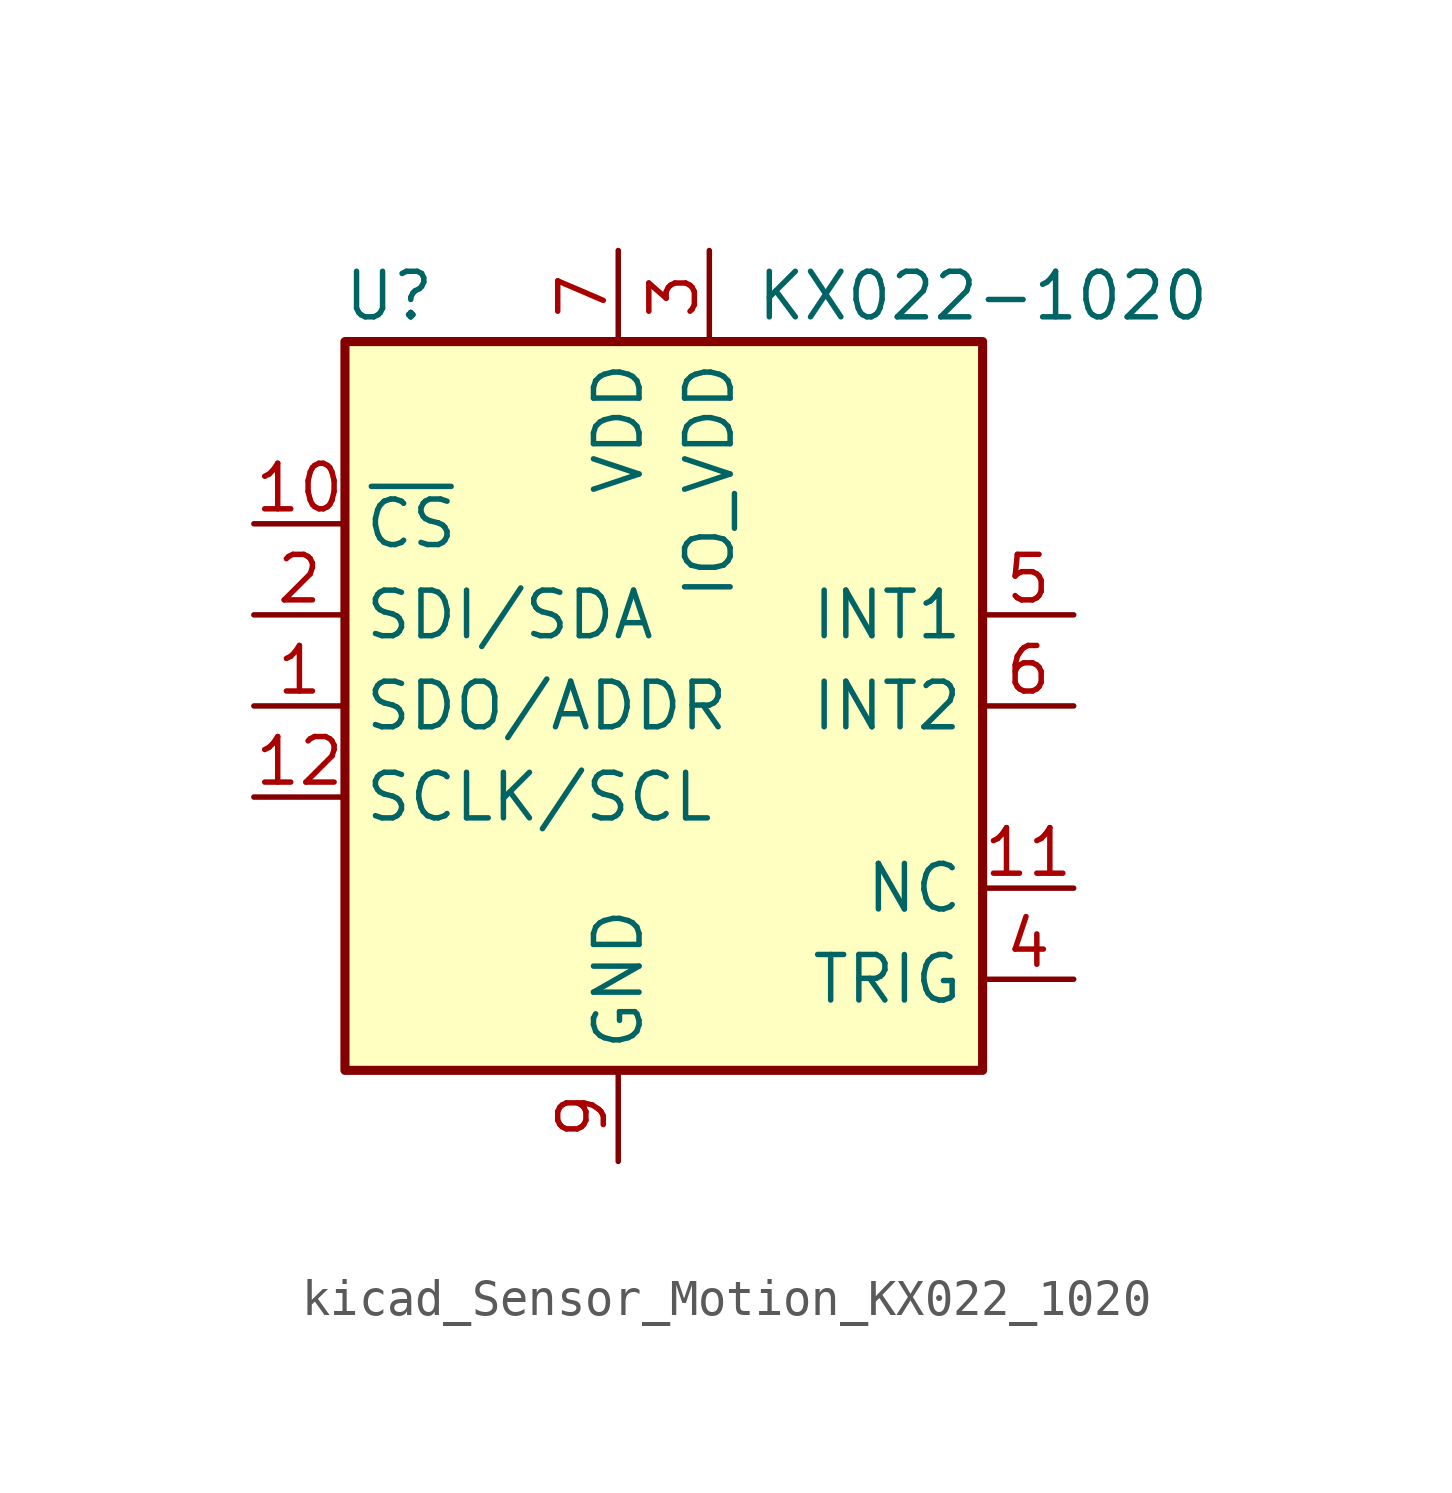
<source format=kicad_sym>
(kicad_symbol_lib
  (version 20220914)
  (generator kicad_symbol_editor)
  (symbol "kicad_Sensor_Motion_KX022_1020"
    (property "Reference" "U"
      (at -5.08 11.43 0)
      (effects (font (size 1.27 1.27)) (justify right)))
    (property "Value" "KX022-1020"
      (at 3.81 11.43 0)
      (effects (font (size 1.27 1.27)) (justify left)))
    (symbol "kicad_Sensor_Motion_KX022_1020_0_1"
      (rectangle (start -7.62 10.16) (end 10.16 -10.16) (stroke (width 0.254) (type default)) (fill (type background))))
    (symbol "kicad_Sensor_Motion_KX022_1020_1_1"
      (pin bidirectional line (at -10.16 0 0) (length 2.54) (name "SDO/ADDR" (effects (font (size 1.27 1.27)))) (number "1" (effects (font (size 1.27 1.27)))))
      (pin input line (at -10.16 5.08 0) (length 2.54) (name "~{CS}" (effects (font (size 1.27 1.27)))) (number "10" (effects (font (size 1.27 1.27)))))
      (pin passive line (at 12.7 -5.08 180) (length 2.54) (name "NC" (effects (font (size 1.27 1.27)))) (number "11" (effects (font (size 1.27 1.27)))))
      (pin input line (at -10.16 -2.54 0) (length 2.54) (name "SCLK/SCL" (effects (font (size 1.27 1.27)))) (number "12" (effects (font (size 1.27 1.27)))))
      (pin bidirectional line (at -10.16 2.54 0) (length 2.54) (name "SDI/SDA" (effects (font (size 1.27 1.27)))) (number "2" (effects (font (size 1.27 1.27)))))
      (pin power_in line (at 2.54 12.7 270) (length 2.54) (name "IO_VDD" (effects (font (size 1.27 1.27)))) (number "3" (effects (font (size 1.27 1.27)))))
      (pin input line (at 12.7 -7.62 180) (length 2.54) (name "TRIG" (effects (font (size 1.27 1.27)))) (number "4" (effects (font (size 1.27 1.27)))))
      (pin output line (at 12.7 2.54 180) (length 2.54) (name "INT1" (effects (font (size 1.27 1.27)))) (number "5" (effects (font (size 1.27 1.27)))))
      (pin output line (at 12.7 0 180) (length 2.54) (name "INT2" (effects (font (size 1.27 1.27)))) (number "6" (effects (font (size 1.27 1.27)))))
      (pin power_in line (at 0 12.7 270) (length 2.54) (name "VDD" (effects (font (size 1.27 1.27)))) (number "7" (effects (font (size 1.27 1.27)))))
      (pin power_in line (at 0 -12.7 90) (length 2.54) (name "GND" (effects (font (size 1.27 1.27)))) (number "9" (effects (font (size 1.27 1.27))))))))
</source>
